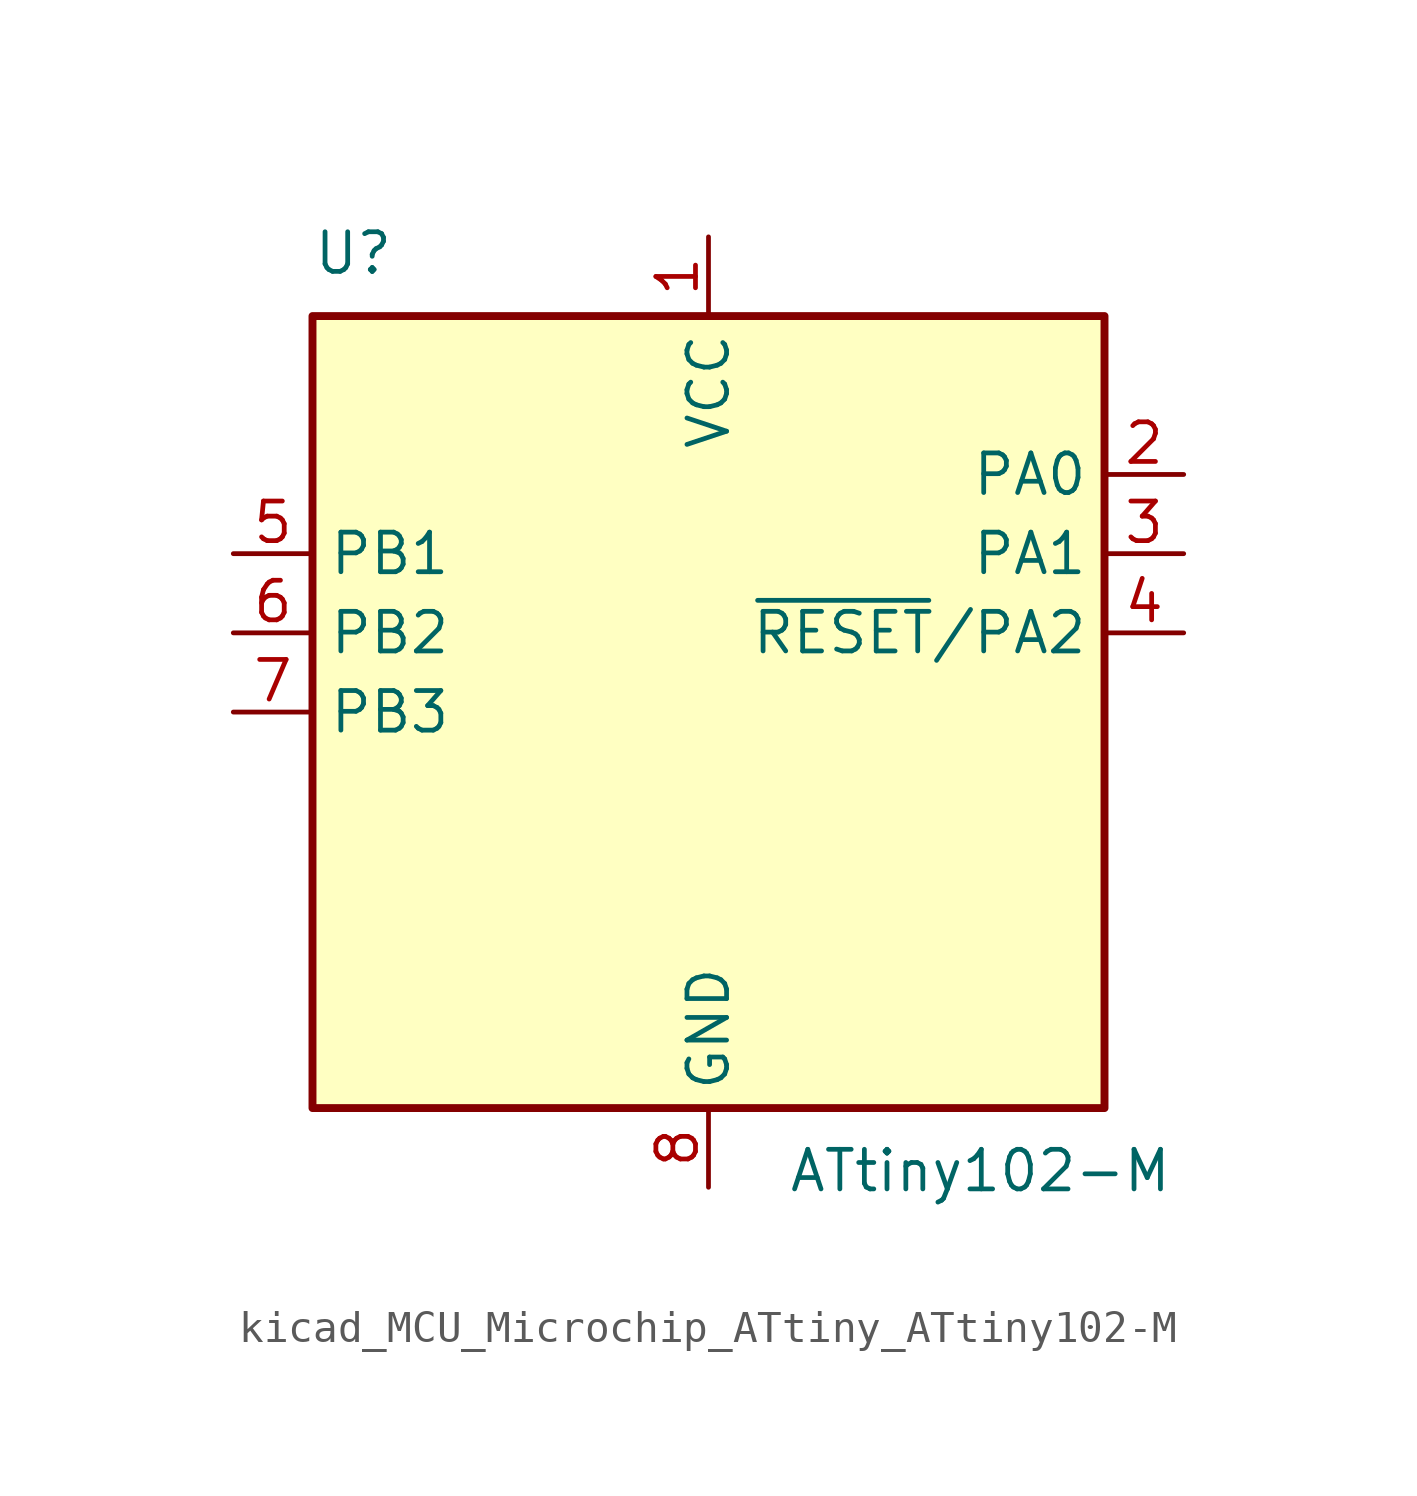
<source format=kicad_sym>
(kicad_symbol_lib
  (version 20220914)
  (generator kicad_symbol_editor)
  (symbol "kicad_MCU_Microchip_ATtiny_ATtiny102-M"
    (property "Reference" "U"
      (at -12.7 13.97 0)
      (effects (font (size 1.27 1.27)) (justify left bottom)))
    (property "Value" "ATtiny102-M"
      (at 2.54 -13.97 0)
      (effects (font (size 1.27 1.27)) (justify left top)))
    (symbol "kicad_MCU_Microchip_ATtiny_ATtiny102-M_0_1"
      (rectangle (start -12.7 -12.7) (end 12.7 12.7) (stroke (width 0.254) (type default)) (fill (type background))))
    (symbol "kicad_MCU_Microchip_ATtiny_ATtiny102-M_1_1"
      (pin power_in line (at 0 15.24 270) (length 2.54) (name "VCC" (effects (font (size 1.27 1.27)))) (number "1" (effects (font (size 1.27 1.27)))))
      (pin bidirectional line (at 15.24 7.62 180) (length 2.54) (name "PA0" (effects (font (size 1.27 1.27)))) (number "2" (effects (font (size 1.27 1.27)))))
      (pin bidirectional line (at 15.24 5.08 180) (length 2.54) (name "PA1" (effects (font (size 1.27 1.27)))) (number "3" (effects (font (size 1.27 1.27)))))
      (pin bidirectional line (at 15.24 2.54 180) (length 2.54) (name "~{RESET}/PA2" (effects (font (size 1.27 1.27)))) (number "4" (effects (font (size 1.27 1.27)))))
      (pin bidirectional line (at -15.24 5.08 0) (length 2.54) (name "PB1" (effects (font (size 1.27 1.27)))) (number "5" (effects (font (size 1.27 1.27)))))
      (pin bidirectional line (at -15.24 2.54 0) (length 2.54) (name "PB2" (effects (font (size 1.27 1.27)))) (number "6" (effects (font (size 1.27 1.27)))))
      (pin bidirectional line (at -15.24 0 0) (length 2.54) (name "PB3" (effects (font (size 1.27 1.27)))) (number "7" (effects (font (size 1.27 1.27)))))
      (pin power_in line (at 0 -15.24 90) (length 2.54) (name "GND" (effects (font (size 1.27 1.27)))) (number "8" (effects (font (size 1.27 1.27)))))
      (pin no_connect line (at -12.7 -7.62 0) (length 2.54) hide (name "NC" (effects (font (size 1.27 1.27)))) (number "9" (effects (font (size 1.27 1.27))))))))
</source>
